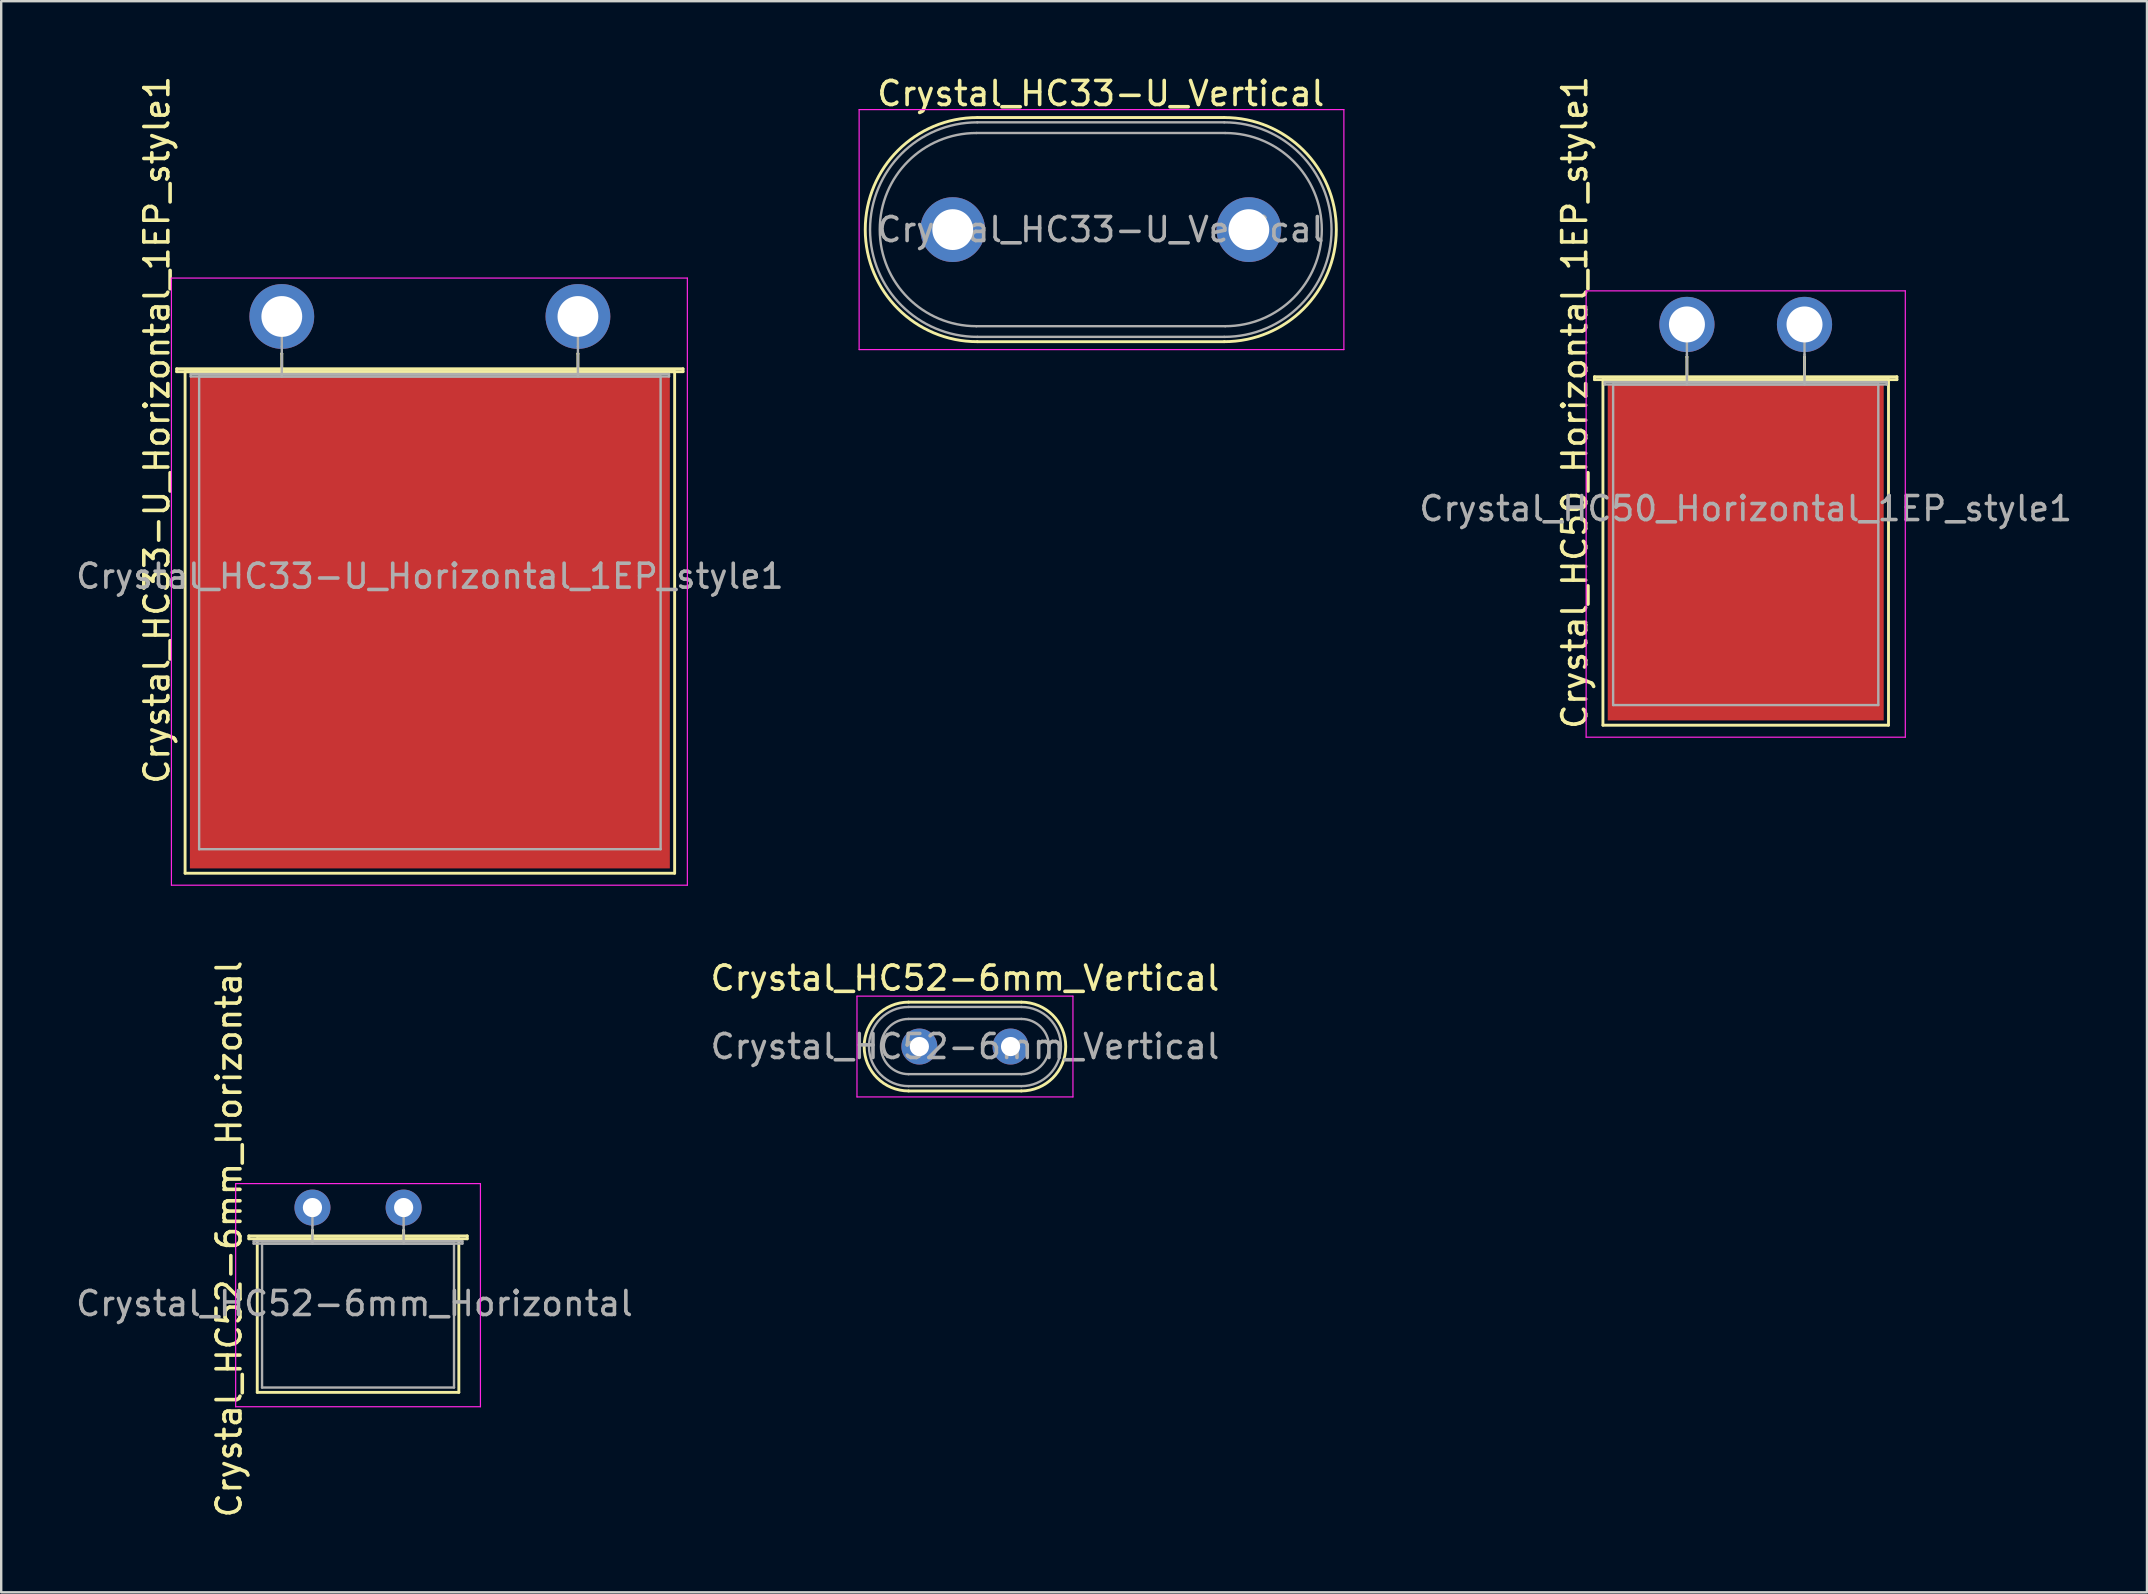
<source format=kicad_pcb>
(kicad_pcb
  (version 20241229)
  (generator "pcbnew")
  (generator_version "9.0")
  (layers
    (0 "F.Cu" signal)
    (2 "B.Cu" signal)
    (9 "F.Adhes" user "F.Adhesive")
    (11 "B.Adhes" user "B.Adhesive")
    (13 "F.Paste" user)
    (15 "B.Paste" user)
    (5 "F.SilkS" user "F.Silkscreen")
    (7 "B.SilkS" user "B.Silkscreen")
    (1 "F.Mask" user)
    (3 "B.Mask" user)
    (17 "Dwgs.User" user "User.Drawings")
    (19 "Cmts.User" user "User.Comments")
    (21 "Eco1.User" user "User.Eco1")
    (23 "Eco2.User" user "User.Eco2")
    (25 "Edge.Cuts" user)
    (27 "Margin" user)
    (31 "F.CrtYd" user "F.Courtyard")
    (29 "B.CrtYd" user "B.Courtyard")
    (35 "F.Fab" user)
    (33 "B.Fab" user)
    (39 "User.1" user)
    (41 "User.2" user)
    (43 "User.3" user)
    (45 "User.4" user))
  (footprint "Crystal_HC52-6mm_Horizontal"
    (layer "F.Cu")
    (at 9.97 47.271)
    (property "Reference" "Crystal_HC52-6mm_Horizontal" (at -3.475 1.312 90) (layer "F.SilkS") (effects (font (size 1 1) (thickness 0.15))))
    (attr through_hole)
    (fp_line (start -2.65 1.18) (end 6.45 1.18) (stroke (width 0.12) (type solid)) (layer "F.SilkS"))
    (fp_line (start -2.65 1.3) (end -2.65 1.18) (stroke (width 0.12) (type solid)) (layer "F.SilkS"))
    (fp_line (start -2.3 1.3) (end -2.3 7.7) (stroke (width 0.12) (type solid)) (layer "F.SilkS"))
    (fp_line (start -2.3 7.7) (end 6.1 7.7) (stroke (width 0.12) (type solid)) (layer "F.SilkS"))
    (fp_line (start 0 0.95) (end 0 0.95) (stroke (width 0.12) (type solid)) (layer "F.SilkS"))
    (fp_line (start 0 1.3) (end 0 0.95) (stroke (width 0.12) (type solid)) (layer "F.SilkS"))
    (fp_line (start 3.8 0.95) (end 3.8 0.95) (stroke (width 0.12) (type solid)) (layer "F.SilkS"))
    (fp_line (start 3.8 1.3) (end 3.8 0.95) (stroke (width 0.12) (type solid)) (layer "F.SilkS"))
    (fp_line (start 6.1 1.3) (end -2.3 1.3) (stroke (width 0.12) (type solid)) (layer "F.SilkS"))
    (fp_line (start 6.1 7.7) (end 6.1 1.3) (stroke (width 0.12) (type solid)) (layer "F.SilkS"))
    (fp_line (start 6.45 1.18) (end 6.45 1.3) (stroke (width 0.12) (type solid)) (layer "F.SilkS"))
    (fp_line (start 6.45 1.3) (end -2.65 1.3) (stroke (width 0.12) (type solid)) (layer "F.SilkS"))
    (fp_line (start -3.2 -1) (end -3.2 8.3) (stroke (width 0.05) (type solid)) (layer "F.CrtYd"))
    (fp_line (start -3.2 8.3) (end 7 8.3) (stroke (width 0.05) (type solid)) (layer "F.CrtYd"))
    (fp_line (start 7 -1) (end -3.2 -1) (stroke (width 0.05) (type solid)) (layer "F.CrtYd"))
    (fp_line (start 7 8.3) (end 7 -1) (stroke (width 0.05) (type solid)) (layer "F.CrtYd"))
    (fp_line (start -2.45 1.4) (end 6.25 1.4) (stroke (width 0.1) (type solid)) (layer "F.Fab"))
    (fp_line (start -2.45 1.5) (end -2.45 1.4) (stroke (width 0.1) (type solid)) (layer "F.Fab"))
    (fp_line (start -2.1 1.5) (end -2.1 7.5) (stroke (width 0.1) (type solid)) (layer "F.Fab"))
    (fp_line (start -2.1 7.5) (end 5.9 7.5) (stroke (width 0.1) (type solid)) (layer "F.Fab"))
    (fp_line (start 0 0.75) (end 0 0) (stroke (width 0.1) (type solid)) (layer "F.Fab"))
    (fp_line (start 0 1.5) (end 0 0.75) (stroke (width 0.1) (type solid)) (layer "F.Fab"))
    (fp_line (start 3.8 0.75) (end 3.8 0) (stroke (width 0.1) (type solid)) (layer "F.Fab"))
    (fp_line (start 3.8 1.5) (end 3.8 0.75) (stroke (width 0.1) (type solid)) (layer "F.Fab"))
    (fp_line (start 5.9 1.5) (end -2.1 1.5) (stroke (width 0.1) (type solid)) (layer "F.Fab"))
    (fp_line (start 5.9 7.5) (end 5.9 1.5) (stroke (width 0.1) (type solid)) (layer "F.Fab"))
    (fp_line (start 6.25 1.4) (end 6.25 1.5) (stroke (width 0.1) (type solid)) (layer "F.Fab"))
    (fp_line (start 6.25 1.5) (end -2.45 1.5) (stroke (width 0.1) (type solid)) (layer "F.Fab"))
    (fp_text user "${REFERENCE}" (at 1.75 4 0) (layer "F.Fab") (effects (font (size 1 1) (thickness 0.15))))
    (pad "1" thru_hole circle (at 0 0) (size 1.5 1.5) (drill 0.8) (layers "*.Cu" "*.Mask"))
    (pad "2" thru_hole circle (at 3.8 0) (size 1.5 1.5) (drill 0.8) (layers "*.Cu" "*.Mask")))
  (footprint "Crystal_HC33-U_Vertical"
    (layer "F.Cu")
    (at 36.651 6.518)
    (property "Reference" "Crystal_HC33-U_Vertical" (at 6.17 -5.67 0) (layer "F.SilkS") (effects (font (size 1 1) (thickness 0.15))))
    (attr through_hole)
    (fp_line (start 1.025 -4.67) (end 11.315 -4.67) (stroke (width 0.12) (type solid)) (layer "F.SilkS"))
    (fp_line (start 1.025 4.67) (end 11.315 4.67) (stroke (width 0.12) (type solid)) (layer "F.SilkS"))
    (fp_arc (start 1.025 4.67) (mid -3.645 0) (end 1.025 -4.67) (stroke (width 0.12) (type solid)) (layer "F.SilkS"))
    (fp_arc (start 11.315 -4.67) (mid 15.985 0) (end 11.315 4.67) (stroke (width 0.12) (type solid)) (layer "F.SilkS"))
    (fp_line (start -3.9 -5) (end -3.9 5) (stroke (width 0.05) (type solid)) (layer "F.CrtYd"))
    (fp_line (start -3.9 5) (end 16.3 5) (stroke (width 0.05) (type solid)) (layer "F.CrtYd"))
    (fp_line (start 16.3 -5) (end -3.9 -5) (stroke (width 0.05) (type solid)) (layer "F.CrtYd"))
    (fp_line (start 16.3 5) (end 16.3 -5) (stroke (width 0.05) (type solid)) (layer "F.CrtYd"))
    (fp_line (start 0.985 -4.025) (end 11.355 -4.025) (stroke (width 0.1) (type solid)) (layer "F.Fab"))
    (fp_line (start 0.985 4.025) (end 11.355 4.025) (stroke (width 0.1) (type solid)) (layer "F.Fab"))
    (fp_line (start 1.025 -4.47) (end 11.315 -4.47) (stroke (width 0.1) (type solid)) (layer "F.Fab"))
    (fp_line (start 1.025 4.47) (end 11.315 4.47) (stroke (width 0.1) (type solid)) (layer "F.Fab"))
    (fp_arc (start 0.985 4.025) (mid -3.04 0) (end 0.985 -4.025) (stroke (width 0.1) (type solid)) (layer "F.Fab"))
    (fp_arc (start 1.025 4.47) (mid -3.445 0) (end 1.025 -4.47) (stroke (width 0.1) (type solid)) (layer "F.Fab"))
    (fp_arc (start 11.315 -4.47) (mid 15.785 0) (end 11.315 4.47) (stroke (width 0.1) (type solid)) (layer "F.Fab"))
    (fp_arc (start 11.355 -4.025) (mid 15.38 0) (end 11.355 4.025) (stroke (width 0.1) (type solid)) (layer "F.Fab"))
    (fp_text user "${REFERENCE}" (at 6.17 0 0) (layer "F.Fab") (effects (font (size 1 1) (thickness 0.15))))
    (pad "1" thru_hole circle (at 0 0) (size 2.7 2.7) (drill 1.7) (layers "*.Cu" "*.Mask"))
    (pad "2" thru_hole circle (at 12.34 0) (size 2.7 2.7) (drill 1.7) (layers "*.Cu" "*.Mask")))
  (footprint "Crystal_HC52-6mm_Vertical"
    (layer "F.Cu")
    (at 35.261 40.561)
    (property "Reference" "Crystal_HC52-6mm_Vertical" (at 1.9 -2.85 0) (layer "F.SilkS") (effects (font (size 1 1) (thickness 0.15))))
    (attr through_hole)
    (fp_line (start -0.45 -1.85) (end 4.25 -1.85) (stroke (width 0.12) (type solid)) (layer "F.SilkS"))
    (fp_line (start -0.45 1.85) (end 4.25 1.85) (stroke (width 0.12) (type solid)) (layer "F.SilkS"))
    (fp_arc (start -0.45 1.85) (mid -2.3 0) (end -0.45 -1.85) (stroke (width 0.12) (type solid)) (layer "F.SilkS"))
    (fp_arc (start 4.25 -1.85) (mid 6.1 0) (end 4.25 1.85) (stroke (width 0.12) (type solid)) (layer "F.SilkS"))
    (fp_line (start -2.6 -2.1) (end -2.6 2.1) (stroke (width 0.05) (type solid)) (layer "F.CrtYd"))
    (fp_line (start -2.6 2.1) (end 6.4 2.1) (stroke (width 0.05) (type solid)) (layer "F.CrtYd"))
    (fp_line (start 6.4 -2.1) (end -2.6 -2.1) (stroke (width 0.05) (type solid)) (layer "F.CrtYd"))
    (fp_line (start 6.4 2.1) (end 6.4 -2.1) (stroke (width 0.05) (type solid)) (layer "F.CrtYd"))
    (fp_line (start -0.45 -1.65) (end 4.25 -1.65) (stroke (width 0.1) (type solid)) (layer "F.Fab"))
    (fp_line (start -0.45 -1.15) (end 4.25 -1.15) (stroke (width 0.1) (type solid)) (layer "F.Fab"))
    (fp_line (start -0.45 1.15) (end 4.25 1.15) (stroke (width 0.1) (type solid)) (layer "F.Fab"))
    (fp_line (start -0.45 1.65) (end 4.25 1.65) (stroke (width 0.1) (type solid)) (layer "F.Fab"))
    (fp_arc (start -0.45 1.15) (mid -1.6 0) (end -0.45 -1.15) (stroke (width 0.1) (type solid)) (layer "F.Fab"))
    (fp_arc (start -0.45 1.65) (mid -2.1 0) (end -0.45 -1.65) (stroke (width 0.1) (type solid)) (layer "F.Fab"))
    (fp_arc (start 4.25 -1.65) (mid 5.9 0) (end 4.25 1.65) (stroke (width 0.1) (type solid)) (layer "F.Fab"))
    (fp_arc (start 4.25 -1.15) (mid 5.4 0) (end 4.25 1.15) (stroke (width 0.1) (type solid)) (layer "F.Fab"))
    (fp_text user "${REFERENCE}" (at 1.9 0 0) (layer "F.Fab") (effects (font (size 1 1) (thickness 0.15))))
    (pad "1" thru_hole circle (at 0 0) (size 1.5 1.5) (drill 0.8) (layers "*.Cu" "*.Mask"))
    (pad "2" thru_hole circle (at 3.8 0) (size 1.5 1.5) (drill 0.8) (layers "*.Cu" "*.Mask")))
  (footprint "Crystal_HC33-U_Horizontal_1EP_style1"
    (layer "F.Cu")
    (at 8.693 10.138)
    (property "Reference" "Crystal_HC33-U_Horizontal_1EP_style1" (at -5.205 4.725 90) (layer "F.SilkS") (effects (font (size 1 1) (thickness 0.15))))
    (attr through_hole)
    (fp_line (start -4.38 2.18) (end 16.72 2.18) (stroke (width 0.12) (type solid)) (layer "F.SilkS"))
    (fp_line (start -4.38 2.3) (end -4.38 2.18) (stroke (width 0.12) (type solid)) (layer "F.SilkS"))
    (fp_line (start -4.03 2.3) (end -4.03 23.2) (stroke (width 0.12) (type solid)) (layer "F.SilkS"))
    (fp_line (start -4.03 23.2) (end 16.37 23.2) (stroke (width 0.12) (type solid)) (layer "F.SilkS"))
    (fp_line (start 0 1.55) (end 0 1.55) (stroke (width 0.12) (type solid)) (layer "F.SilkS"))
    (fp_line (start 0 2.3) (end 0 1.55) (stroke (width 0.12) (type solid)) (layer "F.SilkS"))
    (fp_line (start 12.34 1.55) (end 12.34 1.55) (stroke (width 0.12) (type solid)) (layer "F.SilkS"))
    (fp_line (start 12.34 2.3) (end 12.34 1.55) (stroke (width 0.12) (type solid)) (layer "F.SilkS"))
    (fp_line (start 16.37 2.3) (end -4.03 2.3) (stroke (width 0.12) (type solid)) (layer "F.SilkS"))
    (fp_line (start 16.37 23.2) (end 16.37 2.3) (stroke (width 0.12) (type solid)) (layer "F.SilkS"))
    (fp_line (start 16.72 2.18) (end 16.72 2.3) (stroke (width 0.12) (type solid)) (layer "F.SilkS"))
    (fp_line (start 16.72 2.3) (end -4.38 2.3) (stroke (width 0.12) (type solid)) (layer "F.SilkS"))
    (fp_line (start -4.6 -1.6) (end -4.6 23.7) (stroke (width 0.05) (type solid)) (layer "F.CrtYd"))
    (fp_line (start -4.6 23.7) (end 16.9 23.7) (stroke (width 0.05) (type solid)) (layer "F.CrtYd"))
    (fp_line (start 16.9 -1.6) (end -4.6 -1.6) (stroke (width 0.05) (type solid)) (layer "F.CrtYd"))
    (fp_line (start 16.9 23.7) (end 16.9 -1.6) (stroke (width 0.05) (type solid)) (layer "F.CrtYd"))
    (fp_line (start -3.795 2.4) (end 16.135 2.4) (stroke (width 0.1) (type solid)) (layer "F.Fab"))
    (fp_line (start -3.795 2.5) (end -3.795 2.4) (stroke (width 0.1) (type solid)) (layer "F.Fab"))
    (fp_line (start -3.445 2.5) (end -3.445 22.2) (stroke (width 0.1) (type solid)) (layer "F.Fab"))
    (fp_line (start -3.445 22.2) (end 15.785 22.2) (stroke (width 0.1) (type solid)) (layer "F.Fab"))
    (fp_line (start 0 1.25) (end 0 0) (stroke (width 0.1) (type solid)) (layer "F.Fab"))
    (fp_line (start 0 2.5) (end 0 1.25) (stroke (width 0.1) (type solid)) (layer "F.Fab"))
    (fp_line (start 12.34 1.25) (end 12.34 0) (stroke (width 0.1) (type solid)) (layer "F.Fab"))
    (fp_line (start 12.34 2.5) (end 12.34 1.25) (stroke (width 0.1) (type solid)) (layer "F.Fab"))
    (fp_line (start 15.785 2.5) (end -3.445 2.5) (stroke (width 0.1) (type solid)) (layer "F.Fab"))
    (fp_line (start 15.785 22.2) (end 15.785 2.5) (stroke (width 0.1) (type solid)) (layer "F.Fab"))
    (fp_line (start 16.135 2.4) (end 16.135 2.5) (stroke (width 0.1) (type solid)) (layer "F.Fab"))
    (fp_line (start 16.135 2.5) (end -3.795 2.5) (stroke (width 0.1) (type solid)) (layer "F.Fab"))
    (fp_text user "${REFERENCE}" (at 6.17 10.825 0) (layer "F.Fab") (effects (font (size 1 1) (thickness 0.15))))
    (pad "1" thru_hole circle (at 0 0) (size 2.7 2.7) (drill 1.7) (layers "*.Cu" "*.Mask"))
    (pad "2" thru_hole circle (at 12.34 0) (size 2.7 2.7) (drill 1.7) (layers "*.Cu" "*.Mask"))
    (pad "3" smd rect (at 6.17 12.75) (size 20 20.5) (layers "F.Cu" "F.Mask" "F.Paste")))
  (footprint "Crystal_HC50_Horizontal_1EP_style1"
    (layer "F.Cu")
    (at 67.246 10.47)
    (property "Reference" "Crystal_HC50_Horizontal_1EP_style1" (at -4.675 3.25 90) (layer "F.SilkS") (effects (font (size 1 1) (thickness 0.15))))
    (attr through_hole)
    (fp_line (start -3.85 2.18) (end 8.75 2.18) (stroke (width 0.12) (type solid)) (layer "F.SilkS"))
    (fp_line (start -3.85 2.3) (end -3.85 2.18) (stroke (width 0.12) (type solid)) (layer "F.SilkS"))
    (fp_line (start -3.5 2.3) (end -3.5 16.7) (stroke (width 0.12) (type solid)) (layer "F.SilkS"))
    (fp_line (start -3.5 16.7) (end 8.4 16.7) (stroke (width 0.12) (type solid)) (layer "F.SilkS"))
    (fp_line (start 0 1.35) (end 0 1.35) (stroke (width 0.12) (type solid)) (layer "F.SilkS"))
    (fp_line (start 0 2.3) (end 0 1.35) (stroke (width 0.12) (type solid)) (layer "F.SilkS"))
    (fp_line (start 4.9 1.35) (end 4.9 1.35) (stroke (width 0.12) (type solid)) (layer "F.SilkS"))
    (fp_line (start 4.9 2.3) (end 4.9 1.35) (stroke (width 0.12) (type solid)) (layer "F.SilkS"))
    (fp_line (start 8.4 2.3) (end -3.5 2.3) (stroke (width 0.12) (type solid)) (layer "F.SilkS"))
    (fp_line (start 8.4 16.7) (end 8.4 2.3) (stroke (width 0.12) (type solid)) (layer "F.SilkS"))
    (fp_line (start 8.75 2.18) (end 8.75 2.3) (stroke (width 0.12) (type solid)) (layer "F.SilkS"))
    (fp_line (start 8.75 2.3) (end -3.85 2.3) (stroke (width 0.12) (type solid)) (layer "F.SilkS"))
    (fp_line (start -4.2 -1.4) (end -4.2 17.2) (stroke (width 0.05) (type solid)) (layer "F.CrtYd"))
    (fp_line (start -4.2 17.2) (end 9.1 17.2) (stroke (width 0.05) (type solid)) (layer "F.CrtYd"))
    (fp_line (start 9.1 -1.4) (end -4.2 -1.4) (stroke (width 0.05) (type solid)) (layer "F.CrtYd"))
    (fp_line (start 9.1 17.2) (end 9.1 -1.4) (stroke (width 0.05) (type solid)) (layer "F.CrtYd"))
    (fp_line (start -3.425 2.4) (end 8.325 2.4) (stroke (width 0.1) (type solid)) (layer "F.Fab"))
    (fp_line (start -3.425 2.5) (end -3.425 2.4) (stroke (width 0.1) (type solid)) (layer "F.Fab"))
    (fp_line (start -3.075 2.5) (end -3.075 15.86) (stroke (width 0.1) (type solid)) (layer "F.Fab"))
    (fp_line (start -3.075 15.86) (end 7.975 15.86) (stroke (width 0.1) (type solid)) (layer "F.Fab"))
    (fp_line (start 0 1.25) (end 0 0) (stroke (width 0.1) (type solid)) (layer "F.Fab"))
    (fp_line (start 0 2.5) (end 0 1.25) (stroke (width 0.1) (type solid)) (layer "F.Fab"))
    (fp_line (start 4.9 1.25) (end 4.9 0) (stroke (width 0.1) (type solid)) (layer "F.Fab"))
    (fp_line (start 4.9 2.5) (end 4.9 1.25) (stroke (width 0.1) (type solid)) (layer "F.Fab"))
    (fp_line (start 7.975 2.5) (end -3.075 2.5) (stroke (width 0.1) (type solid)) (layer "F.Fab"))
    (fp_line (start 7.975 15.86) (end 7.975 2.5) (stroke (width 0.1) (type solid)) (layer "F.Fab"))
    (fp_line (start 8.325 2.4) (end 8.325 2.5) (stroke (width 0.1) (type solid)) (layer "F.Fab"))
    (fp_line (start 8.325 2.5) (end -3.425 2.5) (stroke (width 0.1) (type solid)) (layer "F.Fab"))
    (fp_text user "${REFERENCE}" (at 2.45 7.675 0) (layer "F.Fab") (effects (font (size 1 1) (thickness 0.15))))
    (pad "1" thru_hole circle (at 0 0) (size 2.3 2.3) (drill 1.5) (layers "*.Cu" "*.Mask"))
    (pad "2" thru_hole circle (at 4.9 0) (size 2.3 2.3) (drill 1.5) (layers "*.Cu" "*.Mask"))
    (pad "3" smd rect (at 2.45 9.5) (size 11.5 14) (layers "F.Cu" "F.Mask" "F.Paste")))
  (gr_rect
    (start -3 -3)
    (end 86.417 63.304)
    (stroke (width 0.1) (type default))
    (fill no)
    (layer "Edge.Cuts")))
</source>
